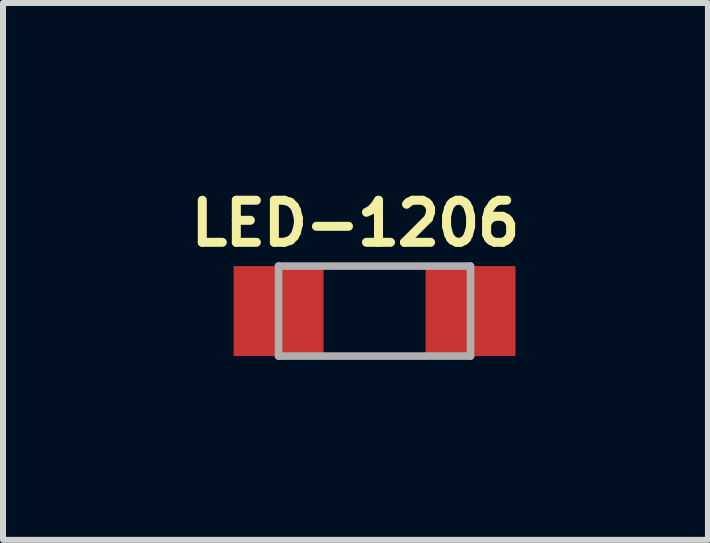
<source format=kicad_pcb>
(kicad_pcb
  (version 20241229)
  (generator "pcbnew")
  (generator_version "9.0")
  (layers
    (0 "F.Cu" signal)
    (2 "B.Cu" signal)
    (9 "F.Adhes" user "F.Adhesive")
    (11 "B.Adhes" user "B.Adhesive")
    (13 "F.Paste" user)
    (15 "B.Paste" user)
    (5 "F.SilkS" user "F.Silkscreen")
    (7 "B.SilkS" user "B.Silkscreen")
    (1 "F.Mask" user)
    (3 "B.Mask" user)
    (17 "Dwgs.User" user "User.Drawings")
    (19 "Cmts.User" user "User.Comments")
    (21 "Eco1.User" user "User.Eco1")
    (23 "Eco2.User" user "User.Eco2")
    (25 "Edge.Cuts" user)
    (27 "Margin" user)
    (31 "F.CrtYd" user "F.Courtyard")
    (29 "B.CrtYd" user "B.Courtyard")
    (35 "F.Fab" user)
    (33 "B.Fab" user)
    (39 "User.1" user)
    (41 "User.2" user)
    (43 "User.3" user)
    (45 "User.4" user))
  (footprint "LED-1206"
    (layer "F.Cu")
    (at 3.194 2.136)
    (property "Reference" "LED-1206" (at -0.318 -1.463 0) (layer "F.SilkS") (effects (font (size 0.701 0.701) (thickness 0.15))))
    (attr smd)
    (fp_line (start -1.6 -0.75) (end 1.6 -0.75) (stroke (width 0.127) (type solid)) (layer "F.Fab"))
    (fp_line (start -1.6 0.75) (end -1.6 -0.75) (stroke (width 0.127) (type solid)) (layer "F.Fab"))
    (fp_line (start 1.6 -0.75) (end 1.6 0.75) (stroke (width 0.127) (type solid)) (layer "F.Fab"))
    (fp_line (start 1.6 0.75) (end -1.6 0.75) (stroke (width 0.127) (type solid)) (layer "F.Fab"))
    (pad "+" smd rect (at -1.6 0) (size 1.5 1.5) (layers "F.Cu" "F.Mask" "F.Paste"))
    (pad "-" smd rect (at 1.6 0) (size 1.5 1.5) (layers "F.Cu" "F.Mask" "F.Paste")))
  (gr_rect
    (start -3 -3)
    (end 8.752 5.95)
    (stroke (width 0.1) (type default))
    (fill no)
    (layer "Edge.Cuts")))
</source>
